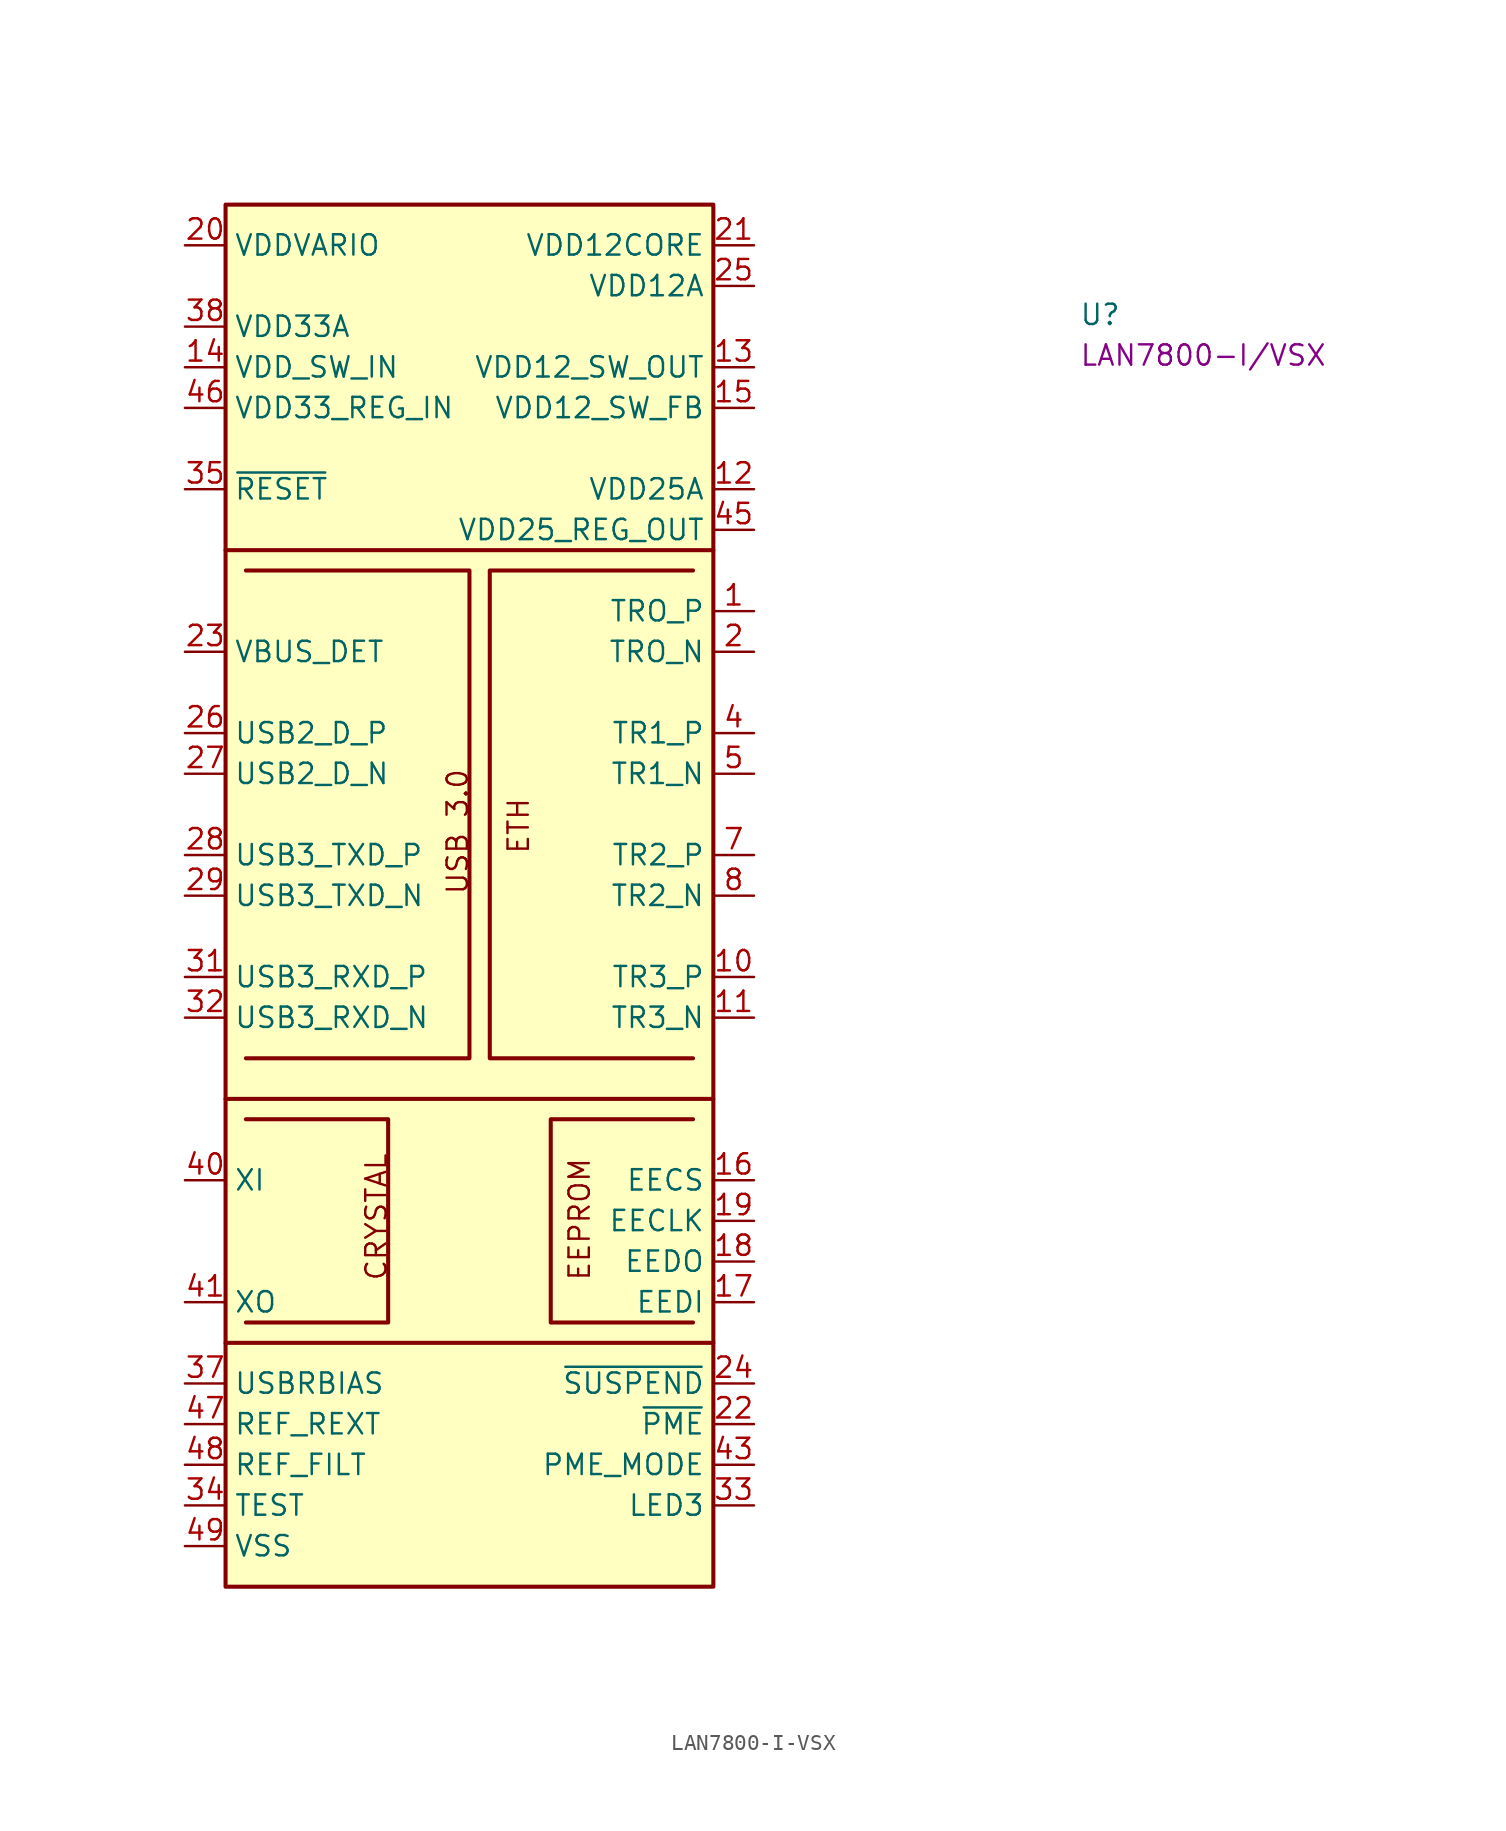
<source format=kicad_sym>
(kicad_symbol_lib
  (version 20220914)
  (generator kicad_symbol_editor)
  (symbol "LAN7800-I-VSX"
    (property "Reference" "U"
      (at 55.88 -5.08 0)
      (effects (font (size 1.27 1.27) (thickness 0.15)) (justify left bottom)))
    (property "MPN" "LAN7800-I/VSX"
      (at 55.88 -7.62 0)
      (effects (font (size 1.27 1.27) (thickness 0.15)) (justify left bottom)))
    (symbol "LAN7800-I-VSX_1_1"
      (polyline (pts (xy 2.54 -68.58) (xy 33.02 -68.58)) (stroke (width 0.254) (type default)) (fill (type background)))
      (polyline (pts (xy 2.54 -53.34) (xy 33.02 -53.34)) (stroke (width 0.254) (type default)) (fill (type background)))
      (polyline (pts (xy 2.54 -19.05) (xy 33.02 -19.05)) (stroke (width 0.254) (type default)) (fill (type background)))
      (polyline (pts (xy 3.81 -54.61) (xy 12.7 -54.61) (xy 12.7 -67.31) (xy 3.81 -67.31)) (stroke (width 0.254) (type default)) (fill (type background)))
      (polyline (pts (xy 3.81 -20.32) (xy 17.78 -20.32) (xy 17.78 -50.8) (xy 3.81 -50.8)) (stroke (width 0.254) (type default)) (fill (type background)))
      (polyline (pts (xy 31.75 -67.31) (xy 22.86 -67.31) (xy 22.86 -54.61) (xy 31.75 -54.61)) (stroke (width 0.254) (type default)) (fill (type background)))
      (polyline (pts (xy 31.75 -20.32) (xy 19.05 -20.32) (xy 19.05 -50.8) (xy 31.75 -50.8)) (stroke (width 0.254) (type default)) (fill (type background)))
      (rectangle (start 2.54 2.54) (end 33.02 -83.82) (stroke (width 0.254) (type default)) (fill (type background)))
      (text "CRYSTAL" (at 12.7 -64.77 900) (effects (font (size 1.27 1.27) (thickness 0.15)) (justify left bottom)))
      (text "EEPROM" (at 25.4 -64.77 900) (effects (font (size 1.27 1.27) (thickness 0.15)) (justify left bottom)))
      (text "ETH" (at 21.59 -38.1 900) (effects (font (size 1.27 1.27) (thickness 0.15)) (justify left bottom)))
      (text "USB 3.0" (at 17.78 -40.64 900) (effects (font (size 1.27 1.27) (thickness 0.15)) (justify left bottom)))
      (pin passive line (at 35.56 -22.86 180) (length 2.54) (name "TRO_P" (effects (font (size 1.27 1.27)))) (number "1" (effects (font (size 1.27 1.27)))))
      (pin passive line (at 35.56 -45.72 180) (length 2.54) (name "TR3_P" (effects (font (size 1.27 1.27)))) (number "10" (effects (font (size 1.27 1.27)))))
      (pin passive line (at 35.56 -48.26 180) (length 2.54) (name "TR3_N" (effects (font (size 1.27 1.27)))) (number "11" (effects (font (size 1.27 1.27)))))
      (pin passive line (at 35.56 -15.24 180) (length 2.54) (name "VDD25A" (effects (font (size 1.27 1.27)))) (number "12" (effects (font (size 1.27 1.27)))))
      (pin passive line (at 35.56 -7.62 180) (length 2.54) (name "VDD12_SW_OUT" (effects (font (size 1.27 1.27)))) (number "13" (effects (font (size 1.27 1.27)))))
      (pin power_in line (at 0 -7.62 0) (length 2.54) (name "VDD_SW_IN" (effects (font (size 1.27 1.27)))) (number "14" (effects (font (size 1.27 1.27)))))
      (pin passive line (at 35.56 -10.16 180) (length 2.54) (name "VDD12_SW_FB" (effects (font (size 1.27 1.27)))) (number "15" (effects (font (size 1.27 1.27)))))
      (pin passive line (at 35.56 -58.42 180) (length 2.54) (name "EECS" (effects (font (size 1.27 1.27)))) (number "16" (effects (font (size 1.27 1.27)))))
      (pin passive line (at 35.56 -66.04 180) (length 2.54) (name "EEDI" (effects (font (size 1.27 1.27)))) (number "17" (effects (font (size 1.27 1.27)))))
      (pin passive line (at 35.56 -63.5 180) (length 2.54) (name "EEDO" (effects (font (size 1.27 1.27)))) (number "18" (effects (font (size 1.27 1.27)))))
      (pin passive line (at 35.56 -60.96 180) (length 2.54) (name "EECLK" (effects (font (size 1.27 1.27)))) (number "19" (effects (font (size 1.27 1.27)))))
      (pin passive line (at 35.56 -25.4 180) (length 2.54) (name "TRO_N" (effects (font (size 1.27 1.27)))) (number "2" (effects (font (size 1.27 1.27)))))
      (pin power_in line (at 0 0 0) (length 2.54) (name "VDDVARIO" (effects (font (size 1.27 1.27)))) (number "20" (effects (font (size 1.27 1.27)))))
      (pin passive line (at 35.56 0 180) (length 2.54) (name "VDD12CORE" (effects (font (size 1.27 1.27)))) (number "21" (effects (font (size 1.27 1.27)))))
      (pin passive line (at 35.56 -73.66 180) (length 2.54) (name "~{PME}" (effects (font (size 1.27 1.27)))) (number "22" (effects (font (size 1.27 1.27)))))
      (pin passive line (at 0 -25.4 0) (length 2.54) (name "VBUS_DET" (effects (font (size 1.27 1.27)))) (number "23" (effects (font (size 1.27 1.27)))))
      (pin passive line (at 35.56 -71.12 180) (length 2.54) (name "~{SUSPEND}" (effects (font (size 1.27 1.27)))) (number "24" (effects (font (size 1.27 1.27)))))
      (pin passive line (at 35.56 -2.54 180) (length 2.54) (name "VDD12A" (effects (font (size 1.27 1.27)))) (number "25" (effects (font (size 1.27 1.27)))))
      (pin passive line (at 0 -30.48 0) (length 2.54) (name "USB2_D_P" (effects (font (size 1.27 1.27)))) (number "26" (effects (font (size 1.27 1.27)))))
      (pin passive line (at 0 -33.02 0) (length 2.54) (name "USB2_D_N" (effects (font (size 1.27 1.27)))) (number "27" (effects (font (size 1.27 1.27)))))
      (pin passive line (at 0 -38.1 0) (length 2.54) (name "USB3_TXD_P" (effects (font (size 1.27 1.27)))) (number "28" (effects (font (size 1.27 1.27)))))
      (pin passive line (at 0 -40.64 0) (length 2.54) (name "USB3_TXD_N" (effects (font (size 1.27 1.27)))) (number "29" (effects (font (size 1.27 1.27)))))
      (pin passive line (at 35.56 -15.24 180) (length 2.54) hide (name "VDD25A" (effects (font (size 1.27 1.27)))) (number "3" (effects (font (size 1.27 1.27)))))
      (pin passive line (at 35.56 -2.54 180) (length 2.54) hide (name "VDD12A" (effects (font (size 1.27 1.27)))) (number "30" (effects (font (size 1.27 1.27)))))
      (pin passive line (at 0 -45.72 0) (length 2.54) (name "USB3_RXD_P" (effects (font (size 1.27 1.27)))) (number "31" (effects (font (size 1.27 1.27)))))
      (pin passive line (at 0 -48.26 0) (length 2.54) (name "USB3_RXD_N" (effects (font (size 1.27 1.27)))) (number "32" (effects (font (size 1.27 1.27)))))
      (pin passive line (at 35.56 -78.74 180) (length 2.54) (name "LED3" (effects (font (size 1.27 1.27)))) (number "33" (effects (font (size 1.27 1.27)))))
      (pin passive line (at 0 -78.74 0) (length 2.54) (name "TEST" (effects (font (size 1.27 1.27)))) (number "34" (effects (font (size 1.27 1.27)))))
      (pin passive line (at 0 -15.24 0) (length 2.54) (name "~{RESET}" (effects (font (size 1.27 1.27)))) (number "35" (effects (font (size 1.27 1.27)))))
      (pin passive line (at 0 0 0) (length 2.54) hide (name "VDDVARIO" (effects (font (size 1.27 1.27)))) (number "36" (effects (font (size 1.27 1.27)))))
      (pin passive line (at 0 -71.12 0) (length 2.54) (name "USBRBIAS" (effects (font (size 1.27 1.27)))) (number "37" (effects (font (size 1.27 1.27)))))
      (pin power_in line (at 0 -5.08 0) (length 2.54) (name "VDD33A" (effects (font (size 1.27 1.27)))) (number "38" (effects (font (size 1.27 1.27)))))
      (pin passive line (at 0 0 0) (length 2.54) hide (name "VDDVARIO" (effects (font (size 1.27 1.27)))) (number "39" (effects (font (size 1.27 1.27)))))
      (pin passive line (at 35.56 -30.48 180) (length 2.54) (name "TR1_P" (effects (font (size 1.27 1.27)))) (number "4" (effects (font (size 1.27 1.27)))))
      (pin passive line (at 0 -58.42 0) (length 2.54) (name "XI" (effects (font (size 1.27 1.27)))) (number "40" (effects (font (size 1.27 1.27)))))
      (pin passive line (at 0 -66.04 0) (length 2.54) (name "XO" (effects (font (size 1.27 1.27)))) (number "41" (effects (font (size 1.27 1.27)))))
      (pin passive line (at 35.56 0 180) (length 2.54) hide (name "VDD12CORE" (effects (font (size 1.27 1.27)))) (number "42" (effects (font (size 1.27 1.27)))))
      (pin passive line (at 35.56 -76.2 180) (length 2.54) (name "PME_MODE" (effects (font (size 1.27 1.27)))) (number "43" (effects (font (size 1.27 1.27)))))
      (pin passive line (at 35.56 -2.54 180) (length 2.54) hide (name "VDD12A" (effects (font (size 1.27 1.27)))) (number "44" (effects (font (size 1.27 1.27)))))
      (pin passive line (at 35.56 -17.78 180) (length 2.54) (name "VDD25_REG_OUT" (effects (font (size 1.27 1.27)))) (number "45" (effects (font (size 1.27 1.27)))))
      (pin power_in line (at 0 -10.16 0) (length 2.54) (name "VDD33_REG_IN" (effects (font (size 1.27 1.27)))) (number "46" (effects (font (size 1.27 1.27)))))
      (pin passive line (at 0 -73.66 0) (length 2.54) (name "REF_REXT" (effects (font (size 1.27 1.27)))) (number "47" (effects (font (size 1.27 1.27)))))
      (pin passive line (at 0 -76.2 0) (length 2.54) (name "REF_FILT" (effects (font (size 1.27 1.27)))) (number "48" (effects (font (size 1.27 1.27)))))
      (pin passive line (at 0 -81.28 0) (length 2.54) (name "VSS" (effects (font (size 1.27 1.27)))) (number "49" (effects (font (size 1.27 1.27)))))
      (pin passive line (at 35.56 -33.02 180) (length 2.54) (name "TR1_N" (effects (font (size 1.27 1.27)))) (number "5" (effects (font (size 1.27 1.27)))))
      (pin passive line (at 35.56 -15.24 180) (length 2.54) hide (name "VDD25A" (effects (font (size 1.27 1.27)))) (number "6" (effects (font (size 1.27 1.27)))))
      (pin passive line (at 35.56 -38.1 180) (length 2.54) (name "TR2_P" (effects (font (size 1.27 1.27)))) (number "7" (effects (font (size 1.27 1.27)))))
      (pin passive line (at 35.56 -40.64 180) (length 2.54) (name "TR2_N" (effects (font (size 1.27 1.27)))) (number "8" (effects (font (size 1.27 1.27)))))
      (pin passive line (at 35.56 -15.24 180) (length 2.54) hide (name "VDD25A" (effects (font (size 1.27 1.27)))) (number "9" (effects (font (size 1.27 1.27))))))))
</source>
